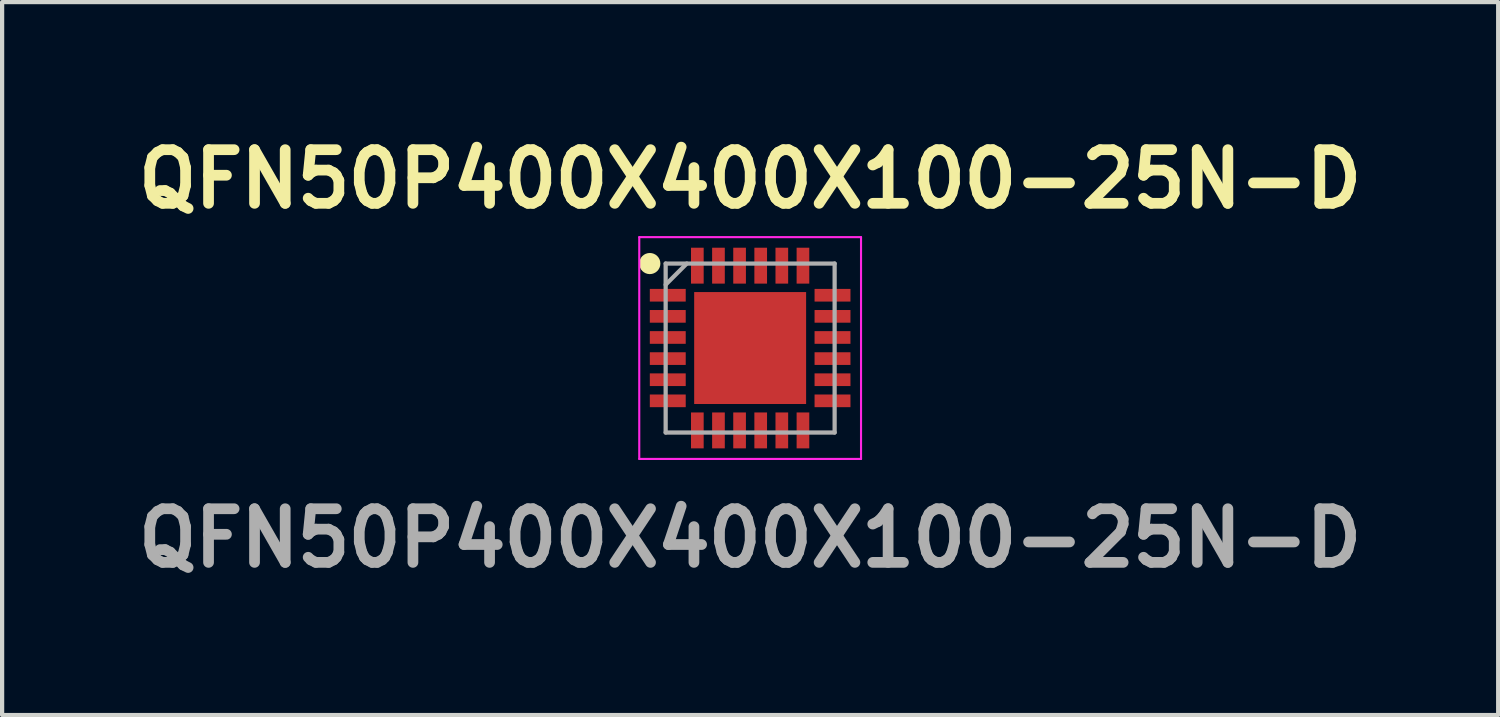
<source format=kicad_pcb>
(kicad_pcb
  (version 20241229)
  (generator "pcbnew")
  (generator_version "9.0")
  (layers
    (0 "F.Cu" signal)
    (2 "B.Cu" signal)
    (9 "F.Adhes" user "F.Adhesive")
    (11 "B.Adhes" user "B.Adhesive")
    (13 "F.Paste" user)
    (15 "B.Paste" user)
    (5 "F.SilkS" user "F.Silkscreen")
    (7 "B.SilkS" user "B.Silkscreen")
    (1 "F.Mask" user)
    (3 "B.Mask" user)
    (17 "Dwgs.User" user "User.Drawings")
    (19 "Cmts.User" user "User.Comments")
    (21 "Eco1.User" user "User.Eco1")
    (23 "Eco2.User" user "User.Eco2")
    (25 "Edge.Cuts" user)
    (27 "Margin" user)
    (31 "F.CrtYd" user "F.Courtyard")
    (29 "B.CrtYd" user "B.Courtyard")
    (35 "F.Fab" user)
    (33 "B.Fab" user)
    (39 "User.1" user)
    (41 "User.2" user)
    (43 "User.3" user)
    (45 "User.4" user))
  (footprint "QFN50P400X400X100-25N-D"
    (layer "F.Cu")
    (at 14.708 5.189)
    (property "Reference" "QFN50P400X400X100-25N-D" (at 0 -4 0) (layer "F.SilkS") (effects (font (size 1.27 1.27) (thickness 0.254))))
    (attr smd)
    (fp_circle (center -2.375 -2) (end -2.375 -1.875) (stroke (width 0.25) (type solid)) (fill no) (layer "F.SilkS"))
    (fp_line (start -2.625 -2.625) (end 2.625 -2.625) (stroke (width 0.05) (type solid)) (layer "F.CrtYd"))
    (fp_line (start -2.625 2.625) (end -2.625 -2.625) (stroke (width 0.05) (type solid)) (layer "F.CrtYd"))
    (fp_line (start 2.625 -2.625) (end 2.625 2.625) (stroke (width 0.05) (type solid)) (layer "F.CrtYd"))
    (fp_line (start 2.625 2.625) (end -2.625 2.625) (stroke (width 0.05) (type solid)) (layer "F.CrtYd"))
    (fp_line (start -2 -2) (end 2 -2) (stroke (width 0.1) (type solid)) (layer "F.Fab"))
    (fp_line (start -2 -1.5) (end -1.5 -2) (stroke (width 0.1) (type solid)) (layer "F.Fab"))
    (fp_line (start -2 2) (end -2 -2) (stroke (width 0.1) (type solid)) (layer "F.Fab"))
    (fp_line (start 2 -2) (end 2 2) (stroke (width 0.1) (type solid)) (layer "F.Fab"))
    (fp_line (start 2 2) (end -2 2) (stroke (width 0.1) (type solid)) (layer "F.Fab"))
    (fp_text user "${REFERENCE}" (at 0 4.5 0) (layer "F.Fab") (effects (font (size 1.27 1.27) (thickness 0.254))))
    (pad "1" smd rect (at -1.95 -1.25 90) (size 0.3 0.85) (layers "F.Cu" "F.Mask" "F.Paste"))
    (pad "2" smd rect (at -1.95 -0.75 90) (size 0.3 0.85) (layers "F.Cu" "F.Mask" "F.Paste"))
    (pad "3" smd rect (at -1.95 -0.25 90) (size 0.3 0.85) (layers "F.Cu" "F.Mask" "F.Paste"))
    (pad "4" smd rect (at -1.95 0.25 90) (size 0.3 0.85) (layers "F.Cu" "F.Mask" "F.Paste"))
    (pad "5" smd rect (at -1.95 0.75 90) (size 0.3 0.85) (layers "F.Cu" "F.Mask" "F.Paste"))
    (pad "6" smd rect (at -1.95 1.25 90) (size 0.3 0.85) (layers "F.Cu" "F.Mask" "F.Paste"))
    (pad "7" smd rect (at -1.25 1.95) (size 0.3 0.85) (layers "F.Cu" "F.Mask" "F.Paste"))
    (pad "8" smd rect (at -0.75 1.95) (size 0.3 0.85) (layers "F.Cu" "F.Mask" "F.Paste"))
    (pad "9" smd rect (at -0.25 1.95) (size 0.3 0.85) (layers "F.Cu" "F.Mask" "F.Paste"))
    (pad "10" smd rect (at 0.25 1.95) (size 0.3 0.85) (layers "F.Cu" "F.Mask" "F.Paste"))
    (pad "11" smd rect (at 0.75 1.95) (size 0.3 0.85) (layers "F.Cu" "F.Mask" "F.Paste"))
    (pad "12" smd rect (at 1.25 1.95) (size 0.3 0.85) (layers "F.Cu" "F.Mask" "F.Paste"))
    (pad "13" smd rect (at 1.95 1.25 90) (size 0.3 0.85) (layers "F.Cu" "F.Mask" "F.Paste"))
    (pad "14" smd rect (at 1.95 0.75 90) (size 0.3 0.85) (layers "F.Cu" "F.Mask" "F.Paste"))
    (pad "15" smd rect (at 1.95 0.25 90) (size 0.3 0.85) (layers "F.Cu" "F.Mask" "F.Paste"))
    (pad "16" smd rect (at 1.95 -0.25 90) (size 0.3 0.85) (layers "F.Cu" "F.Mask" "F.Paste"))
    (pad "17" smd rect (at 1.95 -0.75 90) (size 0.3 0.85) (layers "F.Cu" "F.Mask" "F.Paste"))
    (pad "18" smd rect (at 1.95 -1.25 90) (size 0.3 0.85) (layers "F.Cu" "F.Mask" "F.Paste"))
    (pad "19" smd rect (at 1.25 -1.95) (size 0.3 0.85) (layers "F.Cu" "F.Mask" "F.Paste"))
    (pad "20" smd rect (at 0.75 -1.95) (size 0.3 0.85) (layers "F.Cu" "F.Mask" "F.Paste"))
    (pad "21" smd rect (at 0.25 -1.95) (size 0.3 0.85) (layers "F.Cu" "F.Mask" "F.Paste"))
    (pad "22" smd rect (at -0.25 -1.95) (size 0.3 0.85) (layers "F.Cu" "F.Mask" "F.Paste"))
    (pad "23" smd rect (at -0.75 -1.95) (size 0.3 0.85) (layers "F.Cu" "F.Mask" "F.Paste"))
    (pad "24" smd rect (at -1.25 -1.95) (size 0.3 0.85) (layers "F.Cu" "F.Mask" "F.Paste"))
    (pad "25" smd rect (at 0 0) (size 2.65 2.65) (layers "F.Cu" "F.Mask" "F.Paste")))
  (gr_rect
    (start -3 -3)
    (end 32.416 13.877)
    (stroke (width 0.1) (type default))
    (fill no)
    (layer "Edge.Cuts")))
</source>
